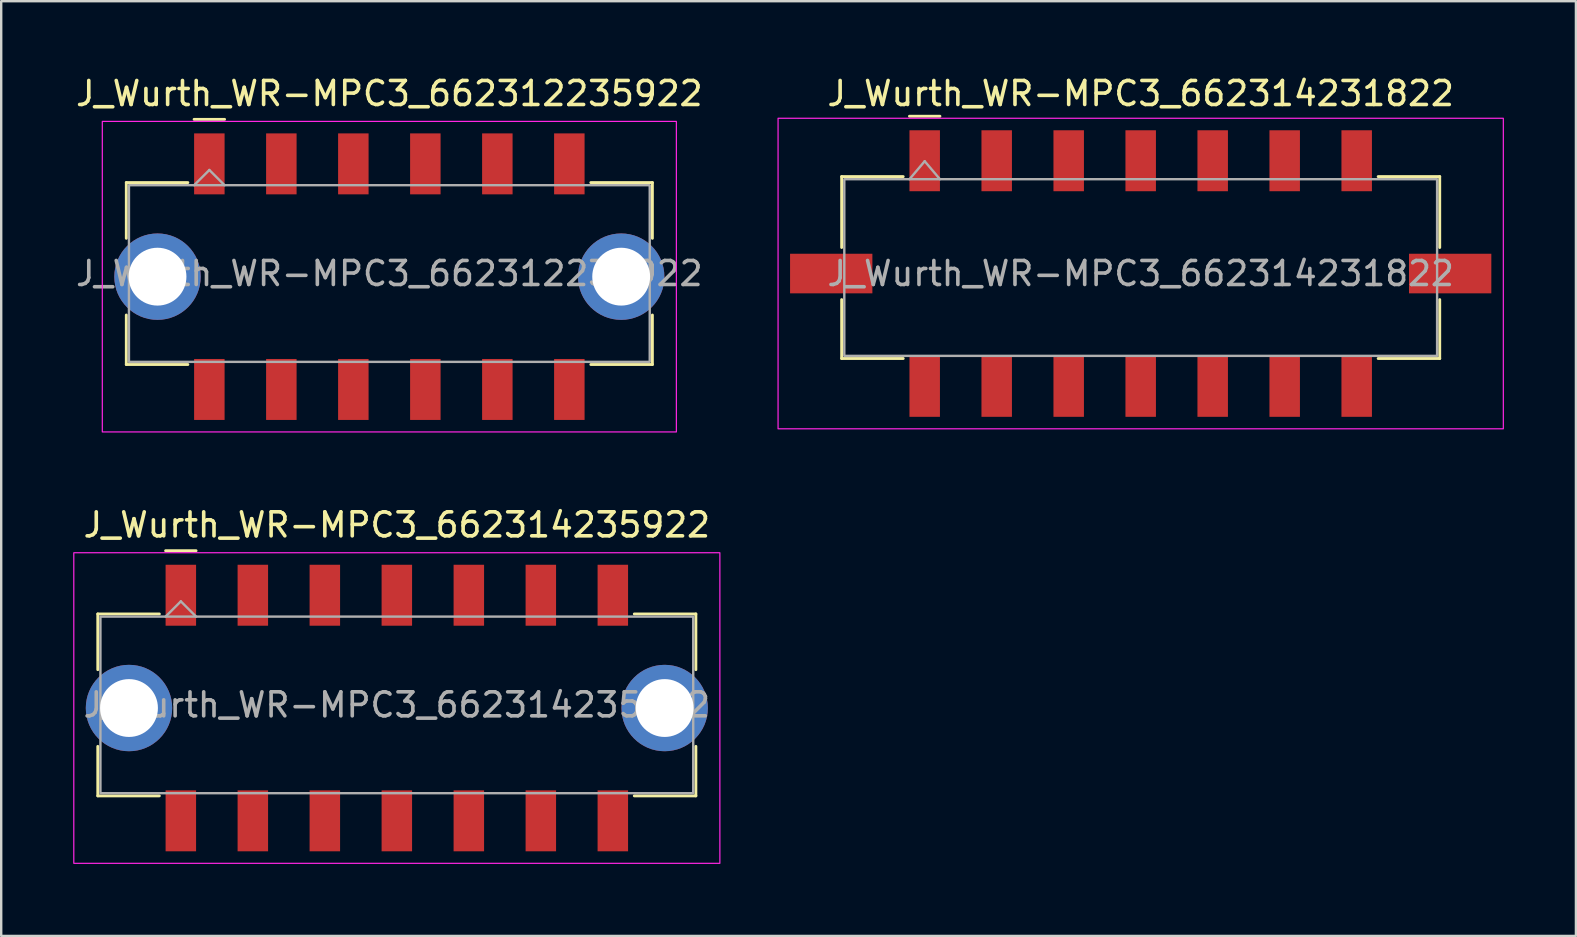
<source format=kicad_pcb>
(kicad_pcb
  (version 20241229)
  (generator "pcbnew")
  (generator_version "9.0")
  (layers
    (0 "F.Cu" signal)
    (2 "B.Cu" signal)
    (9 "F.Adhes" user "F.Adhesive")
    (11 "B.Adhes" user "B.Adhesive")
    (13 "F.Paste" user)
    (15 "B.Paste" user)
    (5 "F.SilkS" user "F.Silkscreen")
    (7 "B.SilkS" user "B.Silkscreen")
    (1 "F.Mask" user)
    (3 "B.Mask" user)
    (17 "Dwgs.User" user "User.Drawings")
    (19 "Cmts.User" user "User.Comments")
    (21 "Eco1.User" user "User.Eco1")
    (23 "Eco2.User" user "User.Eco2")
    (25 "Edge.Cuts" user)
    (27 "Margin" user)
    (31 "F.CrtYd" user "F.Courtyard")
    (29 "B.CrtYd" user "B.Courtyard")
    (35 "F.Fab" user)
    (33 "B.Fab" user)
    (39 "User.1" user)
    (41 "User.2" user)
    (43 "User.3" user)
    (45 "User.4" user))
  (footprint "J_Wurth_WR-MPC3_662312235922"
    (layer "F.Cu")
    (at 13.173 8.348)
    (property "Reference" "J_Wurth_WR-MPC3_662312235922" (at 0 -7.5 0) (unlocked yes) (layer "F.SilkS") (effects (font (size 1 1) (thickness 0.15))))
    (attr smd)
    (fp_line (start -10.96 -3.79) (end -10.96 -1.468) (stroke (width 0.12) (type default)) (layer "F.SilkS"))
    (fp_line (start -10.96 1.728) (end -10.96 3.79) (stroke (width 0.12) (type default)) (layer "F.SilkS"))
    (fp_line (start -8.395 -3.79) (end -10.96 -3.79) (stroke (width 0.12) (type solid)) (layer "F.SilkS"))
    (fp_line (start -8.395 3.79) (end -10.96 3.79) (stroke (width 0.12) (type solid)) (layer "F.SilkS"))
    (fp_line (start -8.135 -6.425) (end -6.865 -6.425) (stroke (width 0.12) (type solid)) (layer "F.SilkS"))
    (fp_line (start 10.96 -3.79) (end 8.395 -3.79) (stroke (width 0.12) (type solid)) (layer "F.SilkS"))
    (fp_line (start 10.96 -3.79) (end 10.96 -1.468) (stroke (width 0.12) (type default)) (layer "F.SilkS"))
    (fp_line (start 10.96 1.728) (end 10.96 3.79) (stroke (width 0.12) (type default)) (layer "F.SilkS"))
    (fp_line (start 10.96 3.79) (end 8.395 3.79) (stroke (width 0.12) (type solid)) (layer "F.SilkS"))
    (fp_rect (start -11.96 -6.34) (end 11.96 6.6) (stroke (width 0.05) (type solid)) (fill no) (layer "F.CrtYd"))
    (fp_line (start -7.5 -4.315) (end -8.135 -3.68) (stroke (width 0.1) (type default)) (layer "F.Fab"))
    (fp_line (start -6.865 -3.68) (end -7.5 -4.315) (stroke (width 0.1) (type default)) (layer "F.Fab"))
    (fp_rect (start -10.85 -3.68) (end 10.85 3.68) (stroke (width 0.1) (type solid)) (fill no) (layer "F.Fab"))
    (fp_text user "${REFERENCE}" (at 0 0 0) (unlocked yes) (layer "F.Fab") (effects (font (size 1 1) (thickness 0.15))))
    (pad "1" smd rect (at -7.5 -4.57 180) (size 1.27 2.54) (layers "F.Cu" "F.Mask" "F.Paste"))
    (pad "2" smd rect (at -4.5 -4.57 180) (size 1.27 2.54) (layers "F.Cu" "F.Mask" "F.Paste"))
    (pad "3" smd rect (at -1.5 -4.57 180) (size 1.27 2.54) (layers "F.Cu" "F.Mask" "F.Paste"))
    (pad "4" smd rect (at 1.5 -4.57 180) (size 1.27 2.54) (layers "F.Cu" "F.Mask" "F.Paste"))
    (pad "5" smd rect (at 4.5 -4.57 180) (size 1.27 2.54) (layers "F.Cu" "F.Mask" "F.Paste"))
    (pad "6" smd rect (at 7.5 -4.57 180) (size 1.27 2.54) (layers "F.Cu" "F.Mask" "F.Paste"))
    (pad "7" smd rect (at -7.5 4.83 180) (size 1.27 2.54) (layers "F.Cu" "F.Mask" "F.Paste"))
    (pad "8" smd rect (at -4.5 4.83 180) (size 1.27 2.54) (layers "F.Cu" "F.Mask" "F.Paste"))
    (pad "9" smd rect (at -1.5 4.83 180) (size 1.27 2.54) (layers "F.Cu" "F.Mask" "F.Paste"))
    (pad "10" smd rect (at 1.5 4.83 180) (size 1.27 2.54) (layers "F.Cu" "F.Mask" "F.Paste"))
    (pad "11" smd rect (at 4.5 4.83 180) (size 1.27 2.54) (layers "F.Cu" "F.Mask" "F.Paste"))
    (pad "12" smd rect (at 7.5 4.83 180) (size 1.27 2.54) (layers "F.Cu" "F.Mask" "F.Paste"))
    (pad "MH1" thru_hole circle (at 9.66 0.13 180) (size 3.6 3.6) (drill 2.41) (layers "*.Cu" "*.Mask"))
    (pad "MH2" thru_hole circle (at -9.66 0.13 180) (size 3.6 3.6) (drill 2.41) (layers "*.Cu" "*.Mask")))
  (footprint "J_Wurth_WR-MPC3_662314235922"
    (layer "F.Cu")
    (at 13.485 26.322)
    (property "Reference" "J_Wurth_WR-MPC3_662314235922" (at 0 -7.5 0) (unlocked yes) (layer "F.SilkS") (effects (font (size 1 1) (thickness 0.15))))
    (attr smd)
    (fp_line (start -12.46 -3.79) (end -12.46 -1.468) (stroke (width 0.12) (type default)) (layer "F.SilkS"))
    (fp_line (start -12.46 1.728) (end -12.46 3.79) (stroke (width 0.12) (type default)) (layer "F.SilkS"))
    (fp_line (start -9.895 -3.79) (end -12.46 -3.79) (stroke (width 0.12) (type solid)) (layer "F.SilkS"))
    (fp_line (start -9.895 3.79) (end -12.46 3.79) (stroke (width 0.12) (type solid)) (layer "F.SilkS"))
    (fp_line (start -9.635 -6.425) (end -8.365 -6.425) (stroke (width 0.12) (type solid)) (layer "F.SilkS"))
    (fp_line (start 12.46 -3.79) (end 9.895 -3.79) (stroke (width 0.12) (type solid)) (layer "F.SilkS"))
    (fp_line (start 12.46 -3.79) (end 12.46 -1.468) (stroke (width 0.12) (type default)) (layer "F.SilkS"))
    (fp_line (start 12.46 1.728) (end 12.46 3.79) (stroke (width 0.12) (type default)) (layer "F.SilkS"))
    (fp_line (start 12.46 3.79) (end 9.895 3.79) (stroke (width 0.12) (type solid)) (layer "F.SilkS"))
    (fp_rect (start -13.46 -6.34) (end 13.46 6.6) (stroke (width 0.05) (type solid)) (fill no) (layer "F.CrtYd"))
    (fp_line (start -9 -4.315) (end -9.635 -3.68) (stroke (width 0.1) (type default)) (layer "F.Fab"))
    (fp_line (start -8.365 -3.68) (end -9 -4.315) (stroke (width 0.1) (type default)) (layer "F.Fab"))
    (fp_rect (start -12.35 -3.68) (end 12.35 3.68) (stroke (width 0.1) (type solid)) (fill no) (layer "F.Fab"))
    (fp_text user "${REFERENCE}" (at 0 0 0) (unlocked yes) (layer "F.Fab") (effects (font (size 1 1) (thickness 0.15))))
    (pad "1" smd rect (at -9 -4.57 180) (size 1.27 2.54) (layers "F.Cu" "F.Mask" "F.Paste"))
    (pad "2" smd rect (at -6 -4.57 180) (size 1.27 2.54) (layers "F.Cu" "F.Mask" "F.Paste"))
    (pad "3" smd rect (at -3 -4.57 180) (size 1.27 2.54) (layers "F.Cu" "F.Mask" "F.Paste"))
    (pad "4" smd rect (at 0 -4.57 180) (size 1.27 2.54) (layers "F.Cu" "F.Mask" "F.Paste"))
    (pad "5" smd rect (at 3 -4.57 180) (size 1.27 2.54) (layers "F.Cu" "F.Mask" "F.Paste"))
    (pad "6" smd rect (at 6 -4.57 180) (size 1.27 2.54) (layers "F.Cu" "F.Mask" "F.Paste"))
    (pad "7" smd rect (at 9 -4.57 180) (size 1.27 2.54) (layers "F.Cu" "F.Mask" "F.Paste"))
    (pad "8" smd rect (at -9 4.83 180) (size 1.27 2.54) (layers "F.Cu" "F.Mask" "F.Paste"))
    (pad "9" smd rect (at -6 4.83 180) (size 1.27 2.54) (layers "F.Cu" "F.Mask" "F.Paste"))
    (pad "10" smd rect (at -3 4.83 180) (size 1.27 2.54) (layers "F.Cu" "F.Mask" "F.Paste"))
    (pad "11" smd rect (at 0 4.83 180) (size 1.27 2.54) (layers "F.Cu" "F.Mask" "F.Paste"))
    (pad "12" smd rect (at 3 4.83 180) (size 1.27 2.54) (layers "F.Cu" "F.Mask" "F.Paste"))
    (pad "13" smd rect (at 6 4.83 180) (size 1.27 2.54) (layers "F.Cu" "F.Mask" "F.Paste"))
    (pad "14" smd rect (at 9 4.83 180) (size 1.27 2.54) (layers "F.Cu" "F.Mask" "F.Paste"))
    (pad "MH1" thru_hole circle (at 11.16 0.13 180) (size 3.6 3.6) (drill 2.41) (layers "*.Cu" "*.Mask"))
    (pad "MH2" thru_hole circle (at -11.16 0.13 180) (size 3.6 3.6) (drill 2.41) (layers "*.Cu" "*.Mask")))
  (footprint "J_Wurth_WR-MPC3_662314231822"
    (layer "F.Cu")
    (at 44.48 8.348)
    (property "Reference" "J_Wurth_WR-MPC3_662314231822" (at 0 -7.5 0) (unlocked yes) (layer "F.SilkS") (effects (font (size 1 1) (thickness 0.15))))
    (attr smd)
    (fp_line (start -12.46 -4.04) (end -9.895 -4.04) (stroke (width 0.12) (type solid)) (layer "F.SilkS"))
    (fp_line (start -12.46 -1.085) (end -12.46 -4.04) (stroke (width 0.12) (type solid)) (layer "F.SilkS"))
    (fp_line (start -12.46 3.54) (end -12.46 1.085) (stroke (width 0.12) (type solid)) (layer "F.SilkS"))
    (fp_line (start -12.46 3.54) (end -9.895 3.54) (stroke (width 0.12) (type solid)) (layer "F.SilkS"))
    (fp_line (start -9.635 -6.555) (end -8.365 -6.555) (stroke (width 0.12) (type solid)) (layer "F.SilkS"))
    (fp_line (start 9.895 -4.04) (end 12.46 -4.04) (stroke (width 0.12) (type solid)) (layer "F.SilkS"))
    (fp_line (start 9.895 3.54) (end 12.46 3.54) (stroke (width 0.12) (type solid)) (layer "F.SilkS"))
    (fp_line (start 12.46 -1.085) (end 12.46 -4.04) (stroke (width 0.12) (type solid)) (layer "F.SilkS"))
    (fp_line (start 12.46 3.54) (end 12.46 1.085) (stroke (width 0.12) (type solid)) (layer "F.SilkS"))
    (fp_rect (start -15.11 -6.47) (end 15.11 6.47) (stroke (width 0.05) (type solid)) (fill no) (layer "F.CrtYd"))
    (fp_line (start -9 -4.68) (end -9.635 -3.93) (stroke (width 0.1) (type solid)) (layer "F.Fab"))
    (fp_line (start -9 -4.68) (end -8.365 -3.93) (stroke (width 0.1) (type solid)) (layer "F.Fab"))
    (fp_rect (start -12.35 -3.93) (end 12.35 3.43) (stroke (width 0.1) (type solid)) (fill no) (layer "F.Fab"))
    (fp_text user "${REFERENCE}" (at 0 0 0) (unlocked yes) (layer "F.Fab") (effects (font (size 1 1) (thickness 0.15))))
    (pad "1" smd rect (at -9 -4.7 180) (size 1.27 2.54) (layers "F.Cu" "F.Mask" "F.Paste"))
    (pad "2" smd rect (at -6 -4.7 180) (size 1.27 2.54) (layers "F.Cu" "F.Mask" "F.Paste"))
    (pad "3" smd rect (at -3 -4.7 180) (size 1.27 2.54) (layers "F.Cu" "F.Mask" "F.Paste"))
    (pad "4" smd rect (at 0 -4.7 180) (size 1.27 2.54) (layers "F.Cu" "F.Mask" "F.Paste"))
    (pad "5" smd rect (at 3 -4.7 180) (size 1.27 2.54) (layers "F.Cu" "F.Mask" "F.Paste"))
    (pad "6" smd rect (at 6 -4.7 180) (size 1.27 2.54) (layers "F.Cu" "F.Mask" "F.Paste"))
    (pad "7" smd rect (at 9 -4.7 180) (size 1.27 2.54) (layers "F.Cu" "F.Mask" "F.Paste"))
    (pad "8" smd rect (at -9 4.7 180) (size 1.27 2.54) (layers "F.Cu" "F.Mask" "F.Paste"))
    (pad "9" smd rect (at -6 4.7 180) (size 1.27 2.54) (layers "F.Cu" "F.Mask" "F.Paste"))
    (pad "10" smd rect (at -3 4.7 180) (size 1.27 2.54) (layers "F.Cu" "F.Mask" "F.Paste"))
    (pad "11" smd rect (at 0 4.7 180) (size 1.27 2.54) (layers "F.Cu" "F.Mask" "F.Paste"))
    (pad "12" smd rect (at 3 4.7 180) (size 1.27 2.54) (layers "F.Cu" "F.Mask" "F.Paste"))
    (pad "13" smd rect (at 6 4.7 180) (size 1.27 2.54) (layers "F.Cu" "F.Mask" "F.Paste"))
    (pad "14" smd rect (at 9 4.7 180) (size 1.27 2.54) (layers "F.Cu" "F.Mask" "F.Paste"))
    (pad "MP1" smd rect (at 12.895 0 180) (size 3.43 1.65) (layers "F.Cu" "F.Mask" "F.Paste"))
    (pad "MP2" smd rect (at -12.895 0 180) (size 3.43 1.65) (layers "F.Cu" "F.Mask" "F.Paste")))
  (gr_rect
    (start -3 -3)
    (end 62.615 35.947)
    (stroke (width 0.1) (type default))
    (fill no)
    (layer "Edge.Cuts")))
</source>
